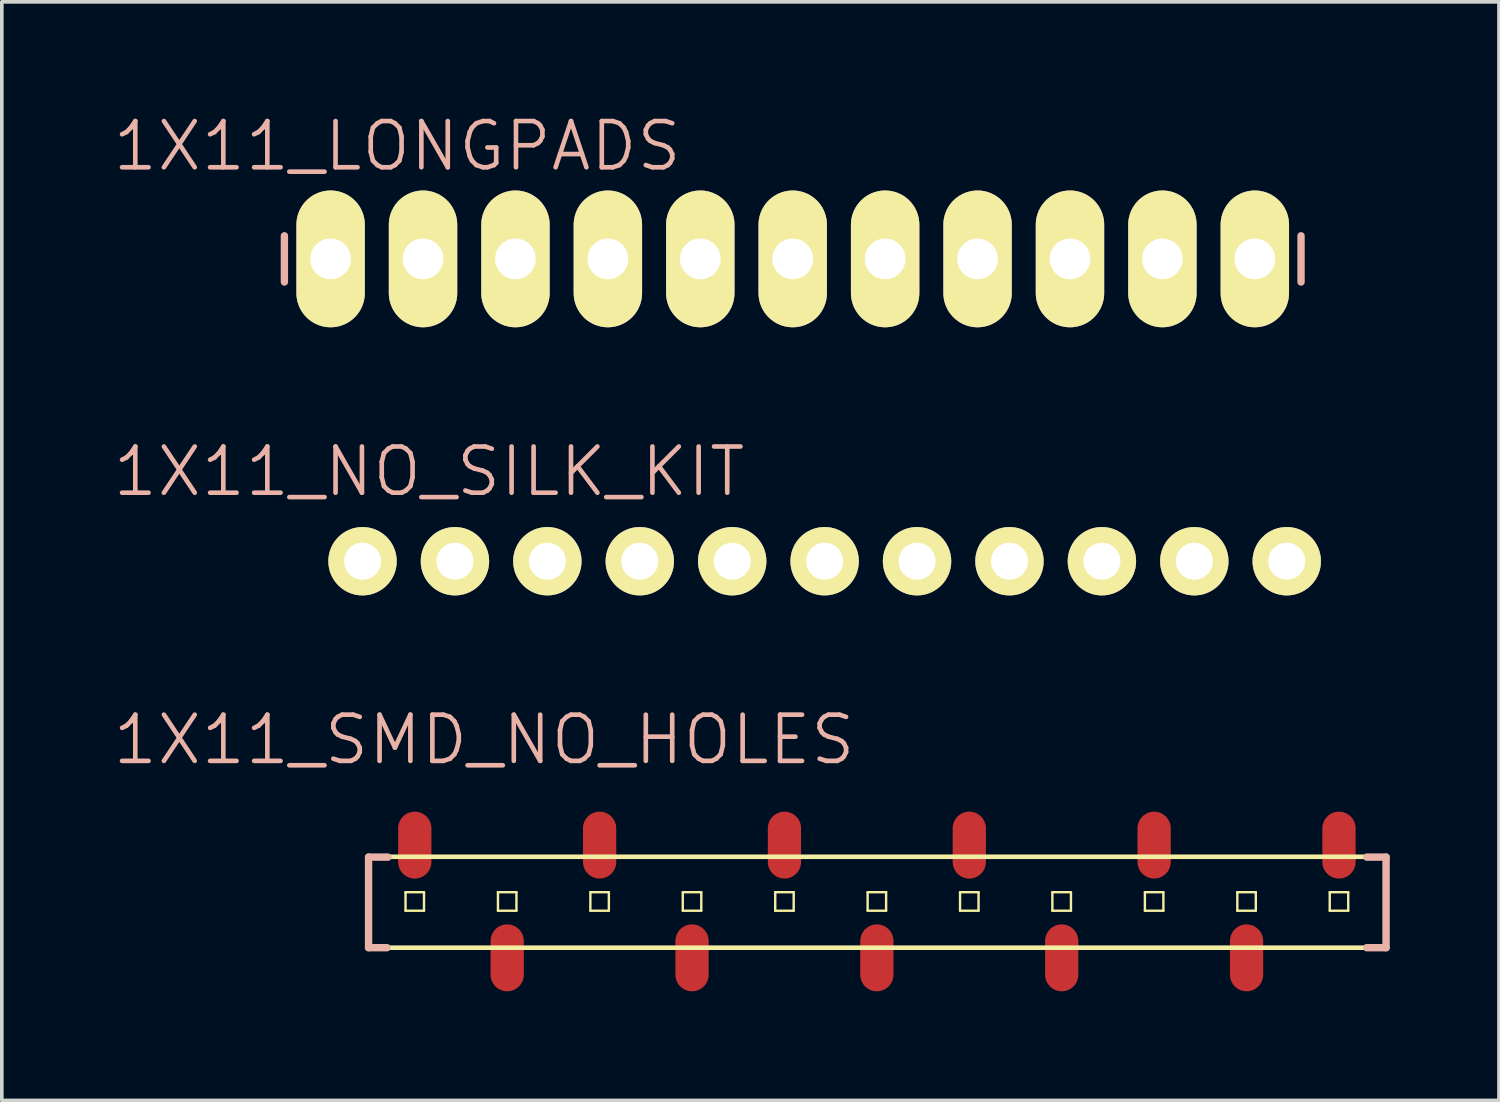
<source format=kicad_pcb>
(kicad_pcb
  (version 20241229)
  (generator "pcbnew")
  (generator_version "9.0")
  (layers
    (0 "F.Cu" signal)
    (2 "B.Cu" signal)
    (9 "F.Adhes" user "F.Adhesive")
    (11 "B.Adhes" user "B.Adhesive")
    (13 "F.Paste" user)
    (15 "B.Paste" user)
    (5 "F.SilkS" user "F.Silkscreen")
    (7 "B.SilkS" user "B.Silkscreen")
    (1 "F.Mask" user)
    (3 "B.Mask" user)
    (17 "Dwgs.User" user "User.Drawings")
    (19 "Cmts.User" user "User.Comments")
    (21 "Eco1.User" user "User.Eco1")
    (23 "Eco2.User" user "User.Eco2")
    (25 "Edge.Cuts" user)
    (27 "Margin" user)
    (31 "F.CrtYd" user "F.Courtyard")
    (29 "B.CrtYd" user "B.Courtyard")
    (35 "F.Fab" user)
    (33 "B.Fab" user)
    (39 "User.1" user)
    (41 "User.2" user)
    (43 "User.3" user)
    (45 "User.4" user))
  (footprint "1X11_SMD_NO_HOLES"
    (layer "F.Cu")
    (at 8.349 21.725)
    (property "Reference" "1X11_SMD_NO_HOLES" (at 1.905 -4.445 0) (layer "B.SilkS") (effects (font (size 1.27 1.27) (thickness 0.127))))
    (attr smd)
    (fp_line (start -1.27 -1.229) (end 26.67 -1.229) (stroke (width 0.127) (type solid)) (layer "F.SilkS"))
    (fp_line (start -1.27 1.27) (end -1.27 -1.229) (stroke (width 0.127) (type solid)) (layer "F.SilkS"))
    (fp_line (start -1.27 1.27) (end 26.67 1.27) (stroke (width 0.127) (type solid)) (layer "F.SilkS"))
    (fp_line (start -0.254 -0.254) (end 0.254 -0.254) (stroke (width 0.066) (type solid)) (layer "F.SilkS"))
    (fp_line (start -0.254 0.254) (end -0.254 -0.254) (stroke (width 0.066) (type solid)) (layer "F.SilkS"))
    (fp_line (start -0.254 0.254) (end 0.254 0.254) (stroke (width 0.066) (type solid)) (layer "F.SilkS"))
    (fp_line (start 0.254 0.254) (end 0.254 -0.254) (stroke (width 0.066) (type solid)) (layer "F.SilkS"))
    (fp_line (start 2.286 -0.254) (end 2.794 -0.254) (stroke (width 0.066) (type solid)) (layer "F.SilkS"))
    (fp_line (start 2.286 0.254) (end 2.286 -0.254) (stroke (width 0.066) (type solid)) (layer "F.SilkS"))
    (fp_line (start 2.286 0.254) (end 2.794 0.254) (stroke (width 0.066) (type solid)) (layer "F.SilkS"))
    (fp_line (start 2.794 0.254) (end 2.794 -0.254) (stroke (width 0.066) (type solid)) (layer "F.SilkS"))
    (fp_line (start 4.826 -0.254) (end 5.334 -0.254) (stroke (width 0.066) (type solid)) (layer "F.SilkS"))
    (fp_line (start 4.826 0.254) (end 4.826 -0.254) (stroke (width 0.066) (type solid)) (layer "F.SilkS"))
    (fp_line (start 4.826 0.254) (end 5.334 0.254) (stroke (width 0.066) (type solid)) (layer "F.SilkS"))
    (fp_line (start 5.334 0.254) (end 5.334 -0.254) (stroke (width 0.066) (type solid)) (layer "F.SilkS"))
    (fp_line (start 7.366 -0.254) (end 7.874 -0.254) (stroke (width 0.066) (type solid)) (layer "F.SilkS"))
    (fp_line (start 7.366 0.254) (end 7.366 -0.254) (stroke (width 0.066) (type solid)) (layer "F.SilkS"))
    (fp_line (start 7.366 0.254) (end 7.874 0.254) (stroke (width 0.066) (type solid)) (layer "F.SilkS"))
    (fp_line (start 7.874 0.254) (end 7.874 -0.254) (stroke (width 0.066) (type solid)) (layer "F.SilkS"))
    (fp_line (start 9.906 -0.254) (end 10.414 -0.254) (stroke (width 0.066) (type solid)) (layer "F.SilkS"))
    (fp_line (start 9.906 0.254) (end 9.906 -0.254) (stroke (width 0.066) (type solid)) (layer "F.SilkS"))
    (fp_line (start 9.906 0.254) (end 10.414 0.254) (stroke (width 0.066) (type solid)) (layer "F.SilkS"))
    (fp_line (start 10.414 0.254) (end 10.414 -0.254) (stroke (width 0.066) (type solid)) (layer "F.SilkS"))
    (fp_line (start 12.446 -0.254) (end 12.954 -0.254) (stroke (width 0.066) (type solid)) (layer "F.SilkS"))
    (fp_line (start 12.446 0.254) (end 12.446 -0.254) (stroke (width 0.066) (type solid)) (layer "F.SilkS"))
    (fp_line (start 12.446 0.254) (end 12.954 0.254) (stroke (width 0.066) (type solid)) (layer "F.SilkS"))
    (fp_line (start 12.954 0.254) (end 12.954 -0.254) (stroke (width 0.066) (type solid)) (layer "F.SilkS"))
    (fp_line (start 14.986 -0.254) (end 15.494 -0.254) (stroke (width 0.066) (type solid)) (layer "F.SilkS"))
    (fp_line (start 14.986 0.254) (end 14.986 -0.254) (stroke (width 0.066) (type solid)) (layer "F.SilkS"))
    (fp_line (start 14.986 0.254) (end 15.494 0.254) (stroke (width 0.066) (type solid)) (layer "F.SilkS"))
    (fp_line (start 15.494 0.254) (end 15.494 -0.254) (stroke (width 0.066) (type solid)) (layer "F.SilkS"))
    (fp_line (start 17.523 -0.254) (end 18.034 -0.254) (stroke (width 0.066) (type solid)) (layer "F.SilkS"))
    (fp_line (start 17.523 0.254) (end 17.523 -0.254) (stroke (width 0.066) (type solid)) (layer "F.SilkS"))
    (fp_line (start 17.523 0.254) (end 18.034 0.254) (stroke (width 0.066) (type solid)) (layer "F.SilkS"))
    (fp_line (start 18.034 0.254) (end 18.034 -0.254) (stroke (width 0.066) (type solid)) (layer "F.SilkS"))
    (fp_line (start 20.066 -0.254) (end 20.574 -0.254) (stroke (width 0.066) (type solid)) (layer "F.SilkS"))
    (fp_line (start 20.066 0.254) (end 20.066 -0.254) (stroke (width 0.066) (type solid)) (layer "F.SilkS"))
    (fp_line (start 20.066 0.254) (end 20.574 0.254) (stroke (width 0.066) (type solid)) (layer "F.SilkS"))
    (fp_line (start 20.574 0.254) (end 20.574 -0.254) (stroke (width 0.066) (type solid)) (layer "F.SilkS"))
    (fp_line (start 22.606 -0.254) (end 23.114 -0.254) (stroke (width 0.066) (type solid)) (layer "F.SilkS"))
    (fp_line (start 22.606 0.254) (end 22.606 -0.254) (stroke (width 0.066) (type solid)) (layer "F.SilkS"))
    (fp_line (start 22.606 0.254) (end 23.114 0.254) (stroke (width 0.066) (type solid)) (layer "F.SilkS"))
    (fp_line (start 23.114 0.254) (end 23.114 -0.254) (stroke (width 0.066) (type solid)) (layer "F.SilkS"))
    (fp_line (start 25.146 -0.254) (end 25.654 -0.254) (stroke (width 0.066) (type solid)) (layer "F.SilkS"))
    (fp_line (start 25.146 0.254) (end 25.146 -0.254) (stroke (width 0.066) (type solid)) (layer "F.SilkS"))
    (fp_line (start 25.146 0.254) (end 25.654 0.254) (stroke (width 0.066) (type solid)) (layer "F.SilkS"))
    (fp_line (start 25.654 0.254) (end 25.654 -0.254) (stroke (width 0.066) (type solid)) (layer "F.SilkS"))
    (fp_line (start 26.67 1.27) (end 26.67 -1.229) (stroke (width 0.127) (type solid)) (layer "F.SilkS"))
    (fp_line (start -1.27 -1.219) (end -1.27 1.27) (stroke (width 0.203) (type solid)) (layer "B.SilkS"))
    (fp_line (start -1.27 1.27) (end -0.762 1.27) (stroke (width 0.203) (type solid)) (layer "B.SilkS"))
    (fp_line (start -0.737 -1.219) (end -1.27 -1.219) (stroke (width 0.203) (type solid)) (layer "B.SilkS"))
    (fp_line (start 26.695 -1.219) (end 26.162 -1.219) (stroke (width 0.203) (type solid)) (layer "B.SilkS"))
    (fp_line (start 26.695 -1.219) (end 26.695 1.27) (stroke (width 0.203) (type solid)) (layer "B.SilkS"))
    (fp_line (start 26.695 1.27) (end 26.162 1.27) (stroke (width 0.203) (type solid)) (layer "B.SilkS"))
    (pad "P$1" smd oval (at 0 -1.549 90) (size 1.839 0.914) (layers "F.Cu" "F.Mask" "F.Paste"))
    (pad "P$2" smd oval (at 2.54 1.549 90) (size 1.839 0.914) (layers "F.Cu" "F.Mask" "F.Paste"))
    (pad "P$3" smd oval (at 5.08 -1.549 90) (size 1.839 0.914) (layers "F.Cu" "F.Mask" "F.Paste"))
    (pad "P$4" smd oval (at 7.62 1.549 90) (size 1.839 0.914) (layers "F.Cu" "F.Mask" "F.Paste"))
    (pad "P$5" smd oval (at 10.16 -1.549 90) (size 1.839 0.914) (layers "F.Cu" "F.Mask" "F.Paste"))
    (pad "P$6" smd oval (at 12.7 1.549 90) (size 1.839 0.914) (layers "F.Cu" "F.Mask" "F.Paste"))
    (pad "P$7" smd oval (at 15.24 -1.549 90) (size 1.839 0.914) (layers "F.Cu" "F.Mask" "F.Paste"))
    (pad "P$8" smd oval (at 17.78 1.549 90) (size 1.839 0.914) (layers "F.Cu" "F.Mask" "F.Paste"))
    (pad "P$9" smd oval (at 20.32 -1.549 90) (size 1.839 0.914) (layers "F.Cu" "F.Mask" "F.Paste"))
    (pad "P$10" smd oval (at 22.86 1.549 90) (size 1.839 0.914) (layers "F.Cu" "F.Mask" "F.Paste"))
    (pad "P$11" smd oval (at 25.4 -1.549 90) (size 1.839 0.914) (layers "F.Cu" "F.Mask" "F.Paste")))
  (footprint "1X11_NO_SILK_KIT"
    (layer "F.Cu")
    (at 6.913 12.374)
    (property "Reference" "1X11_NO_SILK_KIT" (at 1.829 -2.464 0) (layer "B.SilkS") (effects (font (size 1.27 1.27) (thickness 0.127))))
    (attr exclude_from_pos_files exclude_from_bom)
    (fp_circle (center 0 0) (end -0.475 0.475) (stroke (width 0) (type solid)) (fill yes) (layer "F.SilkS"))
    (fp_circle (center 0 0) (end -0.254 0.254) (stroke (width 0) (type solid)) (fill yes) (layer "F.SilkS"))
    (fp_circle (center 2.54 0) (end 2.794 0.254) (stroke (width 0) (type solid)) (fill yes) (layer "F.SilkS"))
    (fp_circle (center 2.54 0) (end 3.015 0.475) (stroke (width 0) (type solid)) (fill yes) (layer "F.SilkS"))
    (fp_circle (center 5.08 0) (end 5.334 0.254) (stroke (width 0) (type solid)) (fill yes) (layer "F.SilkS"))
    (fp_circle (center 5.08 0) (end 5.555 0.475) (stroke (width 0) (type solid)) (fill yes) (layer "F.SilkS"))
    (fp_circle (center 7.62 0) (end 7.874 0.254) (stroke (width 0) (type solid)) (fill yes) (layer "F.SilkS"))
    (fp_circle (center 7.62 0) (end 8.095 0.475) (stroke (width 0) (type solid)) (fill yes) (layer "F.SilkS"))
    (fp_circle (center 10.16 0) (end 10.414 0.254) (stroke (width 0) (type solid)) (fill yes) (layer "F.SilkS"))
    (fp_circle (center 10.16 0) (end 10.635 0.475) (stroke (width 0) (type solid)) (fill yes) (layer "F.SilkS"))
    (fp_circle (center 12.7 0) (end 12.954 0.254) (stroke (width 0) (type solid)) (fill yes) (layer "F.SilkS"))
    (fp_circle (center 12.7 0) (end 13.175 0.475) (stroke (width 0) (type solid)) (fill yes) (layer "F.SilkS"))
    (fp_circle (center 15.24 0) (end 15.494 0.254) (stroke (width 0) (type solid)) (fill yes) (layer "F.SilkS"))
    (fp_circle (center 15.24 0) (end 15.715 0.475) (stroke (width 0) (type solid)) (fill yes) (layer "F.SilkS"))
    (fp_circle (center 17.78 0) (end 18.034 0.254) (stroke (width 0) (type solid)) (fill yes) (layer "F.SilkS"))
    (fp_circle (center 17.78 0) (end 18.255 0.475) (stroke (width 0) (type solid)) (fill yes) (layer "F.SilkS"))
    (fp_circle (center 20.32 0) (end 20.574 0.254) (stroke (width 0) (type solid)) (fill yes) (layer "F.SilkS"))
    (fp_circle (center 20.32 0) (end 20.795 0.475) (stroke (width 0) (type solid)) (fill yes) (layer "F.SilkS"))
    (fp_circle (center 22.86 0) (end 23.114 0.254) (stroke (width 0) (type solid)) (fill yes) (layer "F.SilkS"))
    (fp_circle (center 22.86 0) (end 23.335 0.475) (stroke (width 0) (type solid)) (fill yes) (layer "F.SilkS"))
    (fp_circle (center 25.4 0) (end 25.654 0.254) (stroke (width 0) (type solid)) (fill yes) (layer "F.SilkS"))
    (fp_circle (center 25.4 0) (end 25.875 0.475) (stroke (width 0) (type solid)) (fill yes) (layer "F.SilkS"))
    (pad "1" thru_hole circle (at 0 0) (size 1.88 1.88) (drill 1.016) (layers "*.Cu" "F.Mask" "F.SilkS" "F.Paste"))
    (pad "2" thru_hole circle (at 2.54 0) (size 1.88 1.88) (drill 1.016) (layers "*.Cu" "F.Mask" "F.SilkS" "F.Paste"))
    (pad "3" thru_hole circle (at 5.08 0) (size 1.88 1.88) (drill 1.016) (layers "*.Cu" "F.Mask" "F.SilkS" "F.Paste"))
    (pad "4" thru_hole circle (at 7.62 0) (size 1.88 1.88) (drill 1.016) (layers "*.Cu" "F.Mask" "F.SilkS" "F.Paste"))
    (pad "5" thru_hole circle (at 10.16 0) (size 1.88 1.88) (drill 1.016) (layers "*.Cu" "F.Mask" "F.SilkS" "F.Paste"))
    (pad "6" thru_hole circle (at 12.7 0) (size 1.88 1.88) (drill 1.016) (layers "*.Cu" "F.Mask" "F.SilkS" "F.Paste"))
    (pad "7" thru_hole circle (at 15.24 0) (size 1.88 1.88) (drill 1.016) (layers "*.Cu" "F.Mask" "F.SilkS" "F.Paste"))
    (pad "8" thru_hole circle (at 17.78 0) (size 1.88 1.88) (drill 1.016) (layers "*.Cu" "F.Mask" "F.SilkS" "F.Paste"))
    (pad "9" thru_hole circle (at 20.32 0) (size 1.88 1.88) (drill 1.016) (layers "*.Cu" "F.Mask" "F.SilkS" "F.Paste"))
    (pad "10" thru_hole circle (at 22.86 0) (size 1.88 1.88) (drill 1.016) (layers "*.Cu" "F.Mask" "F.SilkS" "F.Paste"))
    (pad "11" thru_hole circle (at 25.4 0) (size 1.88 1.88) (drill 1.016) (layers "*.Cu" "F.Mask" "F.SilkS" "F.Paste")))
  (footprint "1X11_LONGPADS"
    (layer "F.Cu")
    (at 6.036 4.065)
    (property "Reference" "1X11_LONGPADS" (at 1.829 -3.099 0) (layer "B.SilkS") (effects (font (size 1.27 1.27) (thickness 0.127))))
    (attr exclude_from_pos_files exclude_from_bom)
    (fp_line (start -0.254 -0.254) (end 0.254 -0.254) (stroke (width 0.066) (type solid)) (layer "F.SilkS"))
    (fp_line (start -0.254 0.254) (end -0.254 -0.254) (stroke (width 0.066) (type solid)) (layer "F.SilkS"))
    (fp_line (start -0.254 0.254) (end 0.254 0.254) (stroke (width 0.066) (type solid)) (layer "F.SilkS"))
    (fp_line (start 0.254 0.254) (end 0.254 -0.254) (stroke (width 0.066) (type solid)) (layer "F.SilkS"))
    (fp_line (start 2.286 -0.254) (end 2.794 -0.254) (stroke (width 0.066) (type solid)) (layer "F.SilkS"))
    (fp_line (start 2.286 0.254) (end 2.286 -0.254) (stroke (width 0.066) (type solid)) (layer "F.SilkS"))
    (fp_line (start 2.286 0.254) (end 2.794 0.254) (stroke (width 0.066) (type solid)) (layer "F.SilkS"))
    (fp_line (start 2.794 0.254) (end 2.794 -0.254) (stroke (width 0.066) (type solid)) (layer "F.SilkS"))
    (fp_line (start 4.826 -0.254) (end 5.334 -0.254) (stroke (width 0.066) (type solid)) (layer "F.SilkS"))
    (fp_line (start 4.826 0.254) (end 4.826 -0.254) (stroke (width 0.066) (type solid)) (layer "F.SilkS"))
    (fp_line (start 4.826 0.254) (end 5.334 0.254) (stroke (width 0.066) (type solid)) (layer "F.SilkS"))
    (fp_line (start 5.334 0.254) (end 5.334 -0.254) (stroke (width 0.066) (type solid)) (layer "F.SilkS"))
    (fp_line (start 7.366 -0.254) (end 7.874 -0.254) (stroke (width 0.066) (type solid)) (layer "F.SilkS"))
    (fp_line (start 7.366 0.254) (end 7.366 -0.254) (stroke (width 0.066) (type solid)) (layer "F.SilkS"))
    (fp_line (start 7.366 0.254) (end 7.874 0.254) (stroke (width 0.066) (type solid)) (layer "F.SilkS"))
    (fp_line (start 7.874 0.254) (end 7.874 -0.254) (stroke (width 0.066) (type solid)) (layer "F.SilkS"))
    (fp_line (start 9.906 -0.254) (end 10.414 -0.254) (stroke (width 0.066) (type solid)) (layer "F.SilkS"))
    (fp_line (start 9.906 0.254) (end 9.906 -0.254) (stroke (width 0.066) (type solid)) (layer "F.SilkS"))
    (fp_line (start 9.906 0.254) (end 10.414 0.254) (stroke (width 0.066) (type solid)) (layer "F.SilkS"))
    (fp_line (start 10.414 0.254) (end 10.414 -0.254) (stroke (width 0.066) (type solid)) (layer "F.SilkS"))
    (fp_line (start 12.446 -0.254) (end 12.954 -0.254) (stroke (width 0.066) (type solid)) (layer "F.SilkS"))
    (fp_line (start 12.446 0.254) (end 12.446 -0.254) (stroke (width 0.066) (type solid)) (layer "F.SilkS"))
    (fp_line (start 12.446 0.254) (end 12.954 0.254) (stroke (width 0.066) (type solid)) (layer "F.SilkS"))
    (fp_line (start 12.954 0.254) (end 12.954 -0.254) (stroke (width 0.066) (type solid)) (layer "F.SilkS"))
    (fp_line (start 14.986 -0.254) (end 15.494 -0.254) (stroke (width 0.066) (type solid)) (layer "F.SilkS"))
    (fp_line (start 14.986 0.254) (end 14.986 -0.254) (stroke (width 0.066) (type solid)) (layer "F.SilkS"))
    (fp_line (start 14.986 0.254) (end 15.494 0.254) (stroke (width 0.066) (type solid)) (layer "F.SilkS"))
    (fp_line (start 15.494 0.254) (end 15.494 -0.254) (stroke (width 0.066) (type solid)) (layer "F.SilkS"))
    (fp_line (start 17.523 -0.254) (end 18.034 -0.254) (stroke (width 0.066) (type solid)) (layer "F.SilkS"))
    (fp_line (start 17.523 0.254) (end 17.523 -0.254) (stroke (width 0.066) (type solid)) (layer "F.SilkS"))
    (fp_line (start 17.523 0.254) (end 18.034 0.254) (stroke (width 0.066) (type solid)) (layer "F.SilkS"))
    (fp_line (start 18.034 0.254) (end 18.034 -0.254) (stroke (width 0.066) (type solid)) (layer "F.SilkS"))
    (fp_line (start 20.066 -0.254) (end 20.574 -0.254) (stroke (width 0.066) (type solid)) (layer "F.SilkS"))
    (fp_line (start 20.066 0.254) (end 20.066 -0.254) (stroke (width 0.066) (type solid)) (layer "F.SilkS"))
    (fp_line (start 20.066 0.254) (end 20.574 0.254) (stroke (width 0.066) (type solid)) (layer "F.SilkS"))
    (fp_line (start 20.574 0.254) (end 20.574 -0.254) (stroke (width 0.066) (type solid)) (layer "F.SilkS"))
    (fp_line (start 22.606 -0.254) (end 23.114 -0.254) (stroke (width 0.066) (type solid)) (layer "F.SilkS"))
    (fp_line (start 22.606 0.254) (end 22.606 -0.254) (stroke (width 0.066) (type solid)) (layer "F.SilkS"))
    (fp_line (start 22.606 0.254) (end 23.114 0.254) (stroke (width 0.066) (type solid)) (layer "F.SilkS"))
    (fp_line (start 23.114 0.254) (end 23.114 -0.254) (stroke (width 0.066) (type solid)) (layer "F.SilkS"))
    (fp_line (start 25.146 -0.254) (end 25.654 -0.254) (stroke (width 0.066) (type solid)) (layer "F.SilkS"))
    (fp_line (start 25.146 0.254) (end 25.146 -0.254) (stroke (width 0.066) (type solid)) (layer "F.SilkS"))
    (fp_line (start 25.146 0.254) (end 25.654 0.254) (stroke (width 0.066) (type solid)) (layer "F.SilkS"))
    (fp_line (start 25.654 0.254) (end 25.654 -0.254) (stroke (width 0.066) (type solid)) (layer "F.SilkS"))
    (fp_line (start -1.27 -0.635) (end -1.27 0.635) (stroke (width 0.203) (type solid)) (layer "B.SilkS"))
    (fp_line (start 26.67 -0.635) (end 26.67 0.635) (stroke (width 0.203) (type solid)) (layer "B.SilkS"))
    (pad "1" thru_hole oval (at 0 0 180) (size 1.88 3.759) (drill 1.118) (layers "*.Cu" "F.Mask" "F.SilkS" "F.Paste"))
    (pad "2" thru_hole oval (at 2.54 0 180) (size 1.88 3.759) (drill 1.118) (layers "*.Cu" "F.Mask" "F.SilkS" "F.Paste"))
    (pad "3" thru_hole oval (at 5.08 0 180) (size 1.88 3.759) (drill 1.118) (layers "*.Cu" "F.Mask" "F.SilkS" "F.Paste"))
    (pad "4" thru_hole oval (at 7.62 0 180) (size 1.88 3.759) (drill 1.118) (layers "*.Cu" "F.Mask" "F.SilkS" "F.Paste"))
    (pad "5" thru_hole oval (at 10.16 0 180) (size 1.88 3.759) (drill 1.118) (layers "*.Cu" "F.Mask" "F.SilkS" "F.Paste"))
    (pad "6" thru_hole oval (at 12.7 0 180) (size 1.88 3.759) (drill 1.118) (layers "*.Cu" "F.Mask" "F.SilkS" "F.Paste"))
    (pad "7" thru_hole oval (at 15.24 0 180) (size 1.88 3.759) (drill 1.118) (layers "*.Cu" "F.Mask" "F.SilkS" "F.Paste"))
    (pad "8" thru_hole oval (at 17.78 0 180) (size 1.88 3.759) (drill 1.118) (layers "*.Cu" "F.Mask" "F.SilkS" "F.Paste"))
    (pad "9" thru_hole oval (at 20.32 0 180) (size 1.88 3.759) (drill 1.118) (layers "*.Cu" "F.Mask" "F.SilkS" "F.Paste"))
    (pad "10" thru_hole oval (at 22.86 0 180) (size 1.88 3.759) (drill 1.118) (layers "*.Cu" "F.Mask" "F.SilkS" "F.Paste"))
    (pad "11" thru_hole oval (at 25.4 0 180) (size 1.88 3.759) (drill 1.118) (layers "*.Cu" "F.Mask" "F.SilkS" "F.Paste")))
  (gr_rect
    (start -3 -3)
    (end 38.146 27.193)
    (stroke (width 0.1) (type default))
    (fill no)
    (layer "Edge.Cuts")))
</source>
